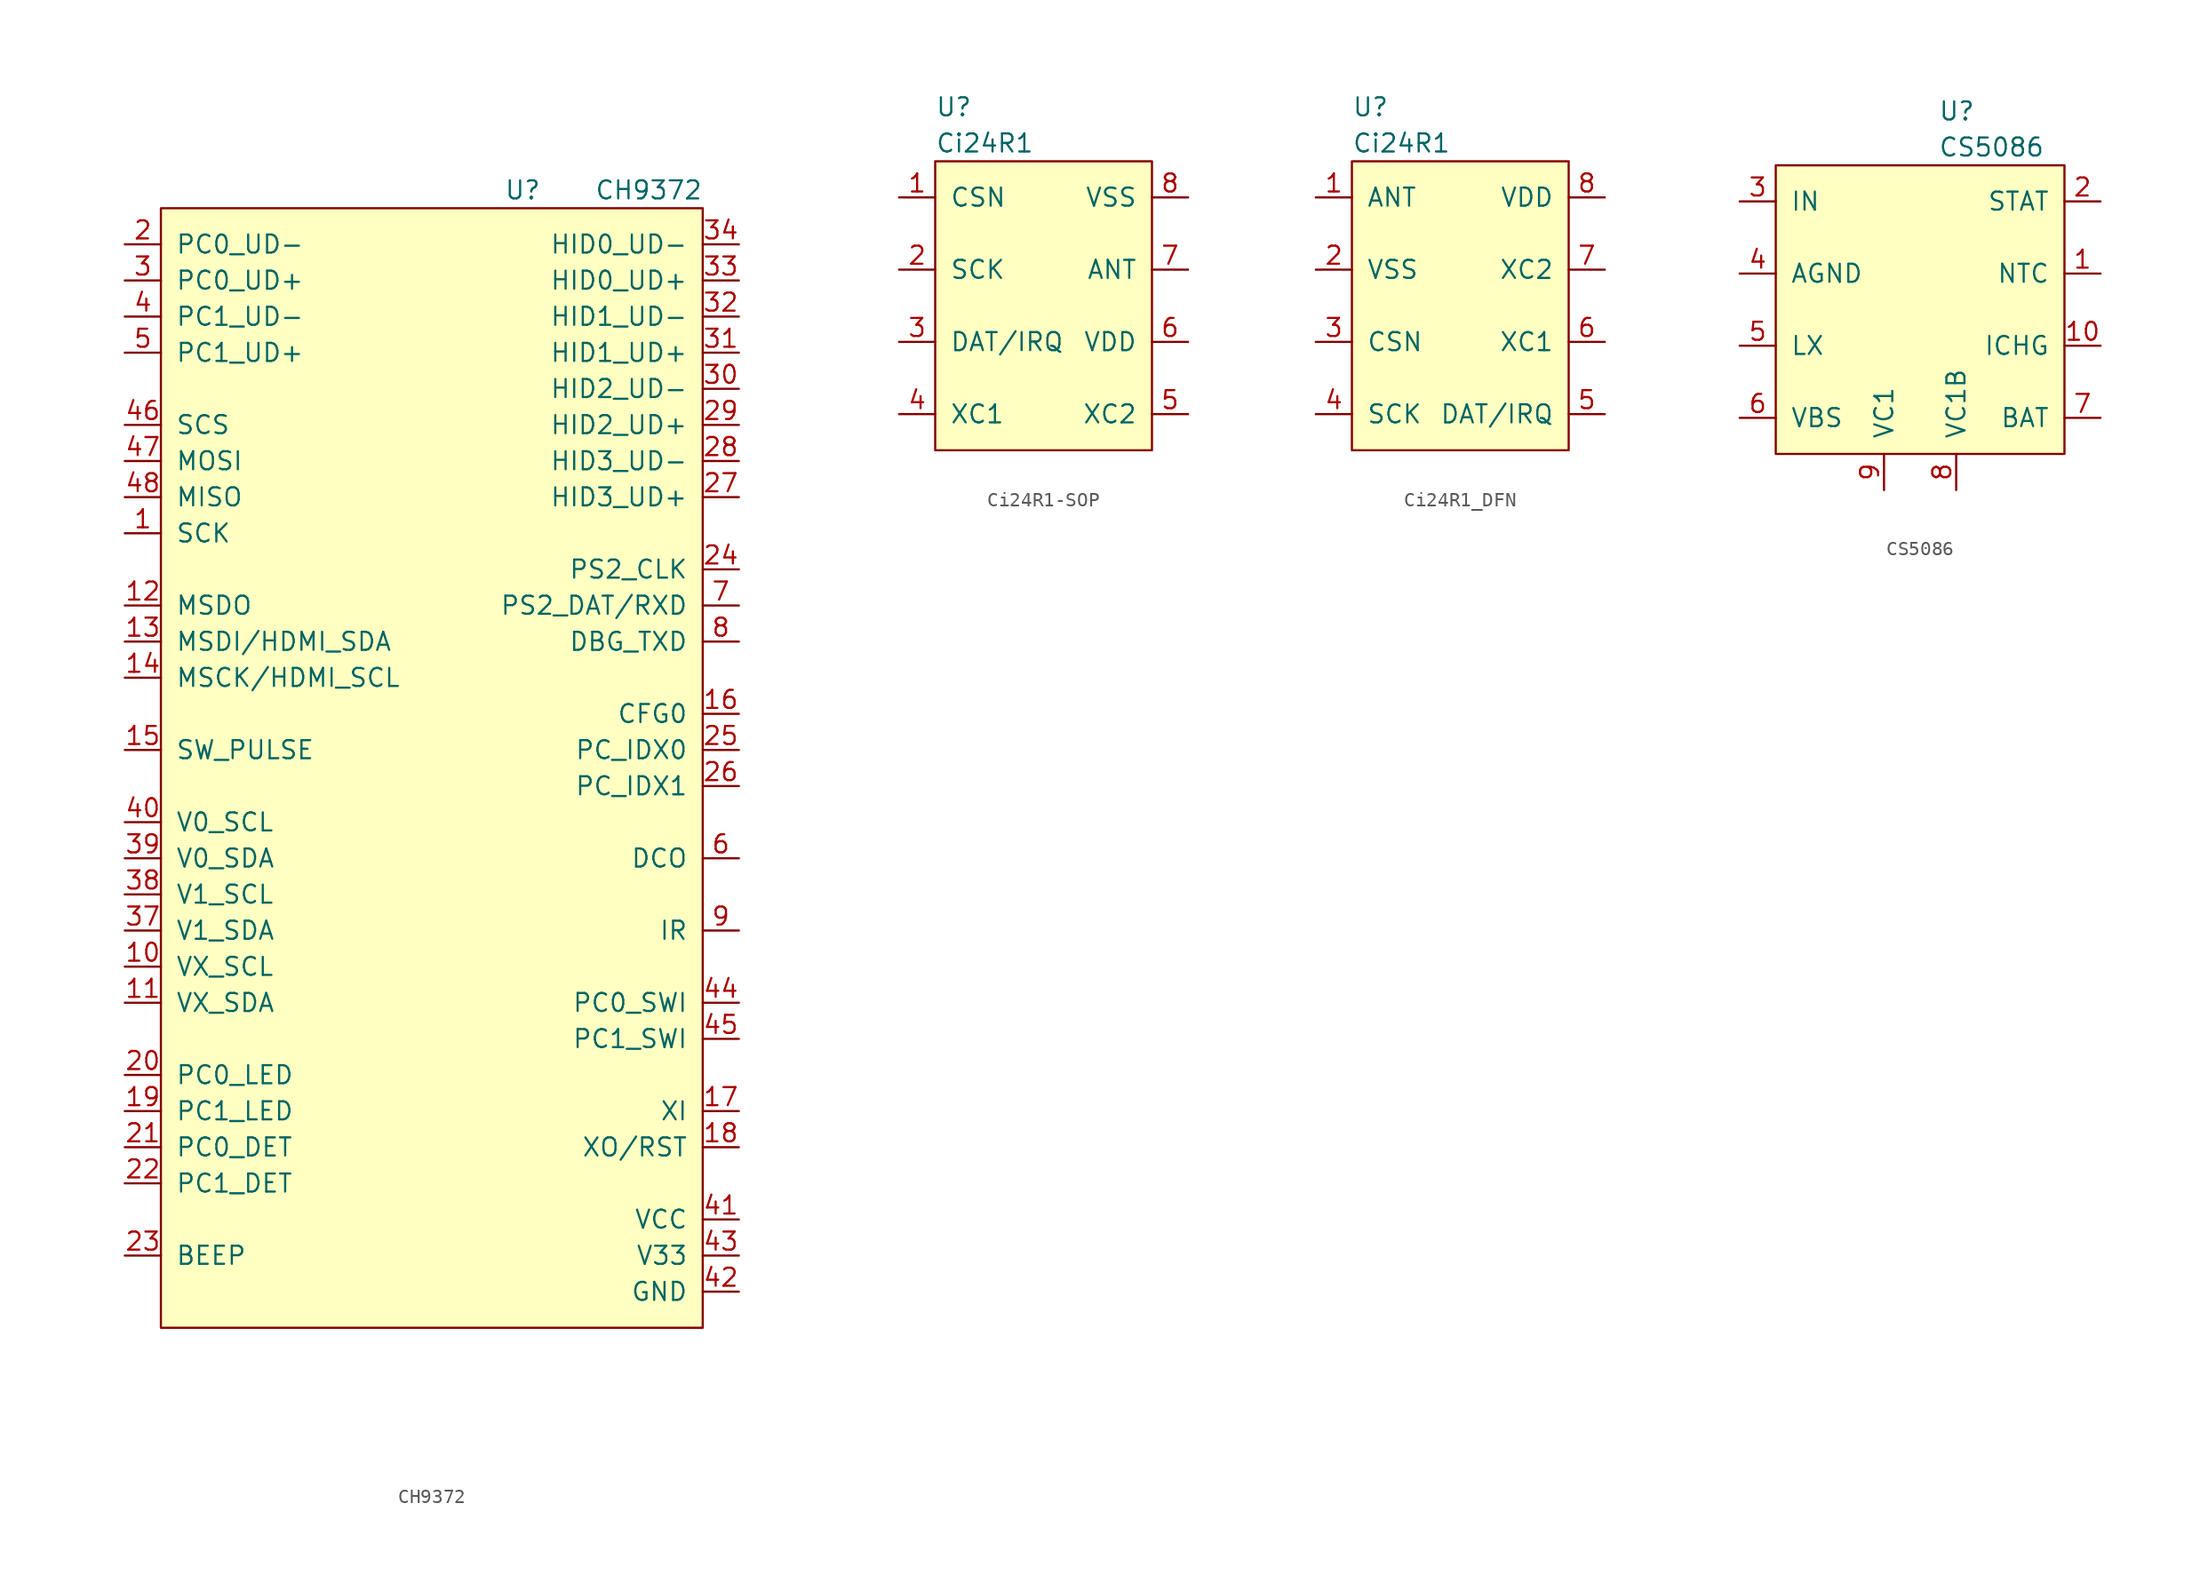
<source format=kicad_sym>
(kicad_symbol_lib
  (version 20231120)
  (generator "kicad_symbol_editor")
  (generator_version "8.0")
  (symbol "CH9372"
    (pin_names
      (offset 1.016))
    (property "Reference" "U"
      (at 5.08 39.37 0)
      (effects (font (size 1.27 1.27)) (justify left)))
    (property "Value" "CH9372"
      (at 11.43 39.37 0)
      (effects (font (size 1.27 1.27)) (justify left)))
    (symbol "CH9372_0_1"
      (rectangle (start -19.05 38.1) (end 19.05 -40.64) (stroke (width 0) (type default)) (fill (type background))))
    (symbol "CH9372_1_1"
      (pin output line (at -21.59 15.24 0) (length 2.54) (name "SCK" (effects (font (size 1.27 1.27)))) (number "1" (effects (font (size 1.27 1.27)))))
      (pin output line (at -21.59 -15.24 0) (length 2.54) (name "VX_SCL" (effects (font (size 1.27 1.27)))) (number "10" (effects (font (size 1.27 1.27)))))
      (pin bidirectional line (at -21.59 -17.78 0) (length 2.54) (name "VX_SDA" (effects (font (size 1.27 1.27)))) (number "11" (effects (font (size 1.27 1.27)))))
      (pin output line (at -21.59 10.16 0) (length 2.54) (name "MSDO" (effects (font (size 1.27 1.27)))) (number "12" (effects (font (size 1.27 1.27)))))
      (pin bidirectional line (at -21.59 7.62 0) (length 2.54) (name "MSDI/HDMI_SDA" (effects (font (size 1.27 1.27)))) (number "13" (effects (font (size 1.27 1.27)))))
      (pin output line (at -21.59 5.08 0) (length 2.54) (name "MSCK/HDMI_SCL" (effects (font (size 1.27 1.27)))) (number "14" (effects (font (size 1.27 1.27)))))
      (pin output line (at -21.59 0 0) (length 2.54) (name "SW_PULSE" (effects (font (size 1.27 1.27)))) (number "15" (effects (font (size 1.27 1.27)))))
      (pin input line (at 21.59 2.54 180) (length 2.54) (name "CFG0" (effects (font (size 1.27 1.27)))) (number "16" (effects (font (size 1.27 1.27)))))
      (pin input line (at 21.59 -25.4 180) (length 2.54) (name "XI" (effects (font (size 1.27 1.27)))) (number "17" (effects (font (size 1.27 1.27)))))
      (pin bidirectional line (at 21.59 -27.94 180) (length 2.54) (name "XO/RST" (effects (font (size 1.27 1.27)))) (number "18" (effects (font (size 1.27 1.27)))))
      (pin output line (at -21.59 -25.4 0) (length 2.54) (name "PC1_LED" (effects (font (size 1.27 1.27)))) (number "19" (effects (font (size 1.27 1.27)))))
      (pin bidirectional line (at -21.59 35.56 0) (length 2.54) (name "PC0_UD-" (effects (font (size 1.27 1.27)))) (number "2" (effects (font (size 1.27 1.27)))))
      (pin output line (at -21.59 -22.86 0) (length 2.54) (name "PC0_LED" (effects (font (size 1.27 1.27)))) (number "20" (effects (font (size 1.27 1.27)))))
      (pin output line (at -21.59 -27.94 0) (length 2.54) (name "PC0_DET" (effects (font (size 1.27 1.27)))) (number "21" (effects (font (size 1.27 1.27)))))
      (pin output line (at -21.59 -30.48 0) (length 2.54) (name "PC1_DET" (effects (font (size 1.27 1.27)))) (number "22" (effects (font (size 1.27 1.27)))))
      (pin output line (at -21.59 -35.56 0) (length 2.54) (name "BEEP" (effects (font (size 1.27 1.27)))) (number "23" (effects (font (size 1.27 1.27)))))
      (pin bidirectional line (at 21.59 12.7 180) (length 2.54) (name "PS2_CLK" (effects (font (size 1.27 1.27)))) (number "24" (effects (font (size 1.27 1.27)))))
      (pin input line (at 21.59 0 180) (length 2.54) (name "PC_IDX0" (effects (font (size 1.27 1.27)))) (number "25" (effects (font (size 1.27 1.27)))))
      (pin input line (at 21.59 -2.54 180) (length 2.54) (name "PC_IDX1" (effects (font (size 1.27 1.27)))) (number "26" (effects (font (size 1.27 1.27)))))
      (pin bidirectional line (at 21.59 17.78 180) (length 2.54) (name "HID3_UD+" (effects (font (size 1.27 1.27)))) (number "27" (effects (font (size 1.27 1.27)))))
      (pin bidirectional line (at 21.59 20.32 180) (length 2.54) (name "HID3_UD-" (effects (font (size 1.27 1.27)))) (number "28" (effects (font (size 1.27 1.27)))))
      (pin bidirectional line (at 21.59 22.86 180) (length 2.54) (name "HID2_UD+" (effects (font (size 1.27 1.27)))) (number "29" (effects (font (size 1.27 1.27)))))
      (pin bidirectional line (at -21.59 33.02 0) (length 2.54) (name "PC0_UD+" (effects (font (size 1.27 1.27)))) (number "3" (effects (font (size 1.27 1.27)))))
      (pin bidirectional line (at 21.59 25.4 180) (length 2.54) (name "HID2_UD-" (effects (font (size 1.27 1.27)))) (number "30" (effects (font (size 1.27 1.27)))))
      (pin bidirectional line (at 21.59 27.94 180) (length 2.54) (name "HID1_UD+" (effects (font (size 1.27 1.27)))) (number "31" (effects (font (size 1.27 1.27)))))
      (pin bidirectional line (at 21.59 30.48 180) (length 2.54) (name "HID1_UD-" (effects (font (size 1.27 1.27)))) (number "32" (effects (font (size 1.27 1.27)))))
      (pin bidirectional line (at 21.59 33.02 180) (length 2.54) (name "HID0_UD+" (effects (font (size 1.27 1.27)))) (number "33" (effects (font (size 1.27 1.27)))))
      (pin bidirectional line (at 21.59 35.56 180) (length 2.54) (name "HID0_UD-" (effects (font (size 1.27 1.27)))) (number "34" (effects (font (size 1.27 1.27)))))
      (pin no_connect line (at 1.27 -43.18 90) (length 2.54) hide (name "NC" (effects (font (size 1.27 1.27)))) (number "35" (effects (font (size 1.27 1.27)))))
      (pin no_connect line (at 3.81 -43.18 90) (length 2.54) hide (name "NC" (effects (font (size 1.27 1.27)))) (number "36" (effects (font (size 1.27 1.27)))))
      (pin bidirectional line (at -21.59 -12.7 0) (length 2.54) (name "V1_SDA" (effects (font (size 1.27 1.27)))) (number "37" (effects (font (size 1.27 1.27)))))
      (pin output line (at -21.59 -10.16 0) (length 2.54) (name "V1_SCL" (effects (font (size 1.27 1.27)))) (number "38" (effects (font (size 1.27 1.27)))))
      (pin bidirectional line (at -21.59 -7.62 0) (length 2.54) (name "V0_SDA" (effects (font (size 1.27 1.27)))) (number "39" (effects (font (size 1.27 1.27)))))
      (pin bidirectional line (at -21.59 30.48 0) (length 2.54) (name "PC1_UD-" (effects (font (size 1.27 1.27)))) (number "4" (effects (font (size 1.27 1.27)))))
      (pin output line (at -21.59 -5.08 0) (length 2.54) (name "V0_SCL" (effects (font (size 1.27 1.27)))) (number "40" (effects (font (size 1.27 1.27)))))
      (pin power_in line (at 21.59 -33.02 180) (length 2.54) (name "VCC" (effects (font (size 1.27 1.27)))) (number "41" (effects (font (size 1.27 1.27)))))
      (pin power_in line (at 21.59 -38.1 180) (length 2.54) (name "GND" (effects (font (size 1.27 1.27)))) (number "42" (effects (font (size 1.27 1.27)))))
      (pin power_in line (at 21.59 -35.56 180) (length 2.54) (name "V33" (effects (font (size 1.27 1.27)))) (number "43" (effects (font (size 1.27 1.27)))))
      (pin input line (at 21.59 -17.78 180) (length 2.54) (name "PC0_SWI" (effects (font (size 1.27 1.27)))) (number "44" (effects (font (size 1.27 1.27)))))
      (pin input line (at 21.59 -20.32 180) (length 2.54) (name "PC1_SWI" (effects (font (size 1.27 1.27)))) (number "45" (effects (font (size 1.27 1.27)))))
      (pin output line (at -21.59 22.86 0) (length 2.54) (name "SCS" (effects (font (size 1.27 1.27)))) (number "46" (effects (font (size 1.27 1.27)))))
      (pin output line (at -21.59 20.32 0) (length 2.54) (name "MOSI" (effects (font (size 1.27 1.27)))) (number "47" (effects (font (size 1.27 1.27)))))
      (pin output line (at -21.59 17.78 0) (length 2.54) (name "MISO" (effects (font (size 1.27 1.27)))) (number "48" (effects (font (size 1.27 1.27)))))
      (pin bidirectional line (at -21.59 27.94 0) (length 2.54) (name "PC1_UD+" (effects (font (size 1.27 1.27)))) (number "5" (effects (font (size 1.27 1.27)))))
      (pin output line (at 21.59 -7.62 180) (length 2.54) (name "DCO" (effects (font (size 1.27 1.27)))) (number "6" (effects (font (size 1.27 1.27)))))
      (pin bidirectional line (at 21.59 10.16 180) (length 2.54) (name "PS2_DAT/RXD" (effects (font (size 1.27 1.27)))) (number "7" (effects (font (size 1.27 1.27)))))
      (pin output line (at 21.59 7.62 180) (length 2.54) (name "DBG_TXD" (effects (font (size 1.27 1.27)))) (number "8" (effects (font (size 1.27 1.27)))))
      (pin input line (at 21.59 -12.7 180) (length 2.54) (name "IR" (effects (font (size 1.27 1.27)))) (number "9" (effects (font (size 1.27 1.27)))))))
  (symbol "Ci24R1-SOP"
    (pin_names
      (offset 1.016))
    (property "Reference" "U"
      (at -7.62 13.97 0)
      (effects (font (size 1.27 1.27)) (justify left)))
    (property "Value" "Ci24R1"
      (at -7.62 11.43 0)
      (effects (font (size 1.27 1.27)) (justify left)))
    (symbol "Ci24R1-SOP_0_1"
      (rectangle (start -7.62 10.16) (end 7.62 -10.16) (stroke (width 0) (type default)) (fill (type background))))
    (symbol "Ci24R1-SOP_1_1"
      (pin input line (at -10.16 7.62 0) (length 2.54) (name "CSN" (effects (font (size 1.27 1.27)))) (number "1" (effects (font (size 1.27 1.27)))))
      (pin input line (at -10.16 2.54 0) (length 2.54) (name "SCK" (effects (font (size 1.27 1.27)))) (number "2" (effects (font (size 1.27 1.27)))))
      (pin bidirectional line (at -10.16 -2.54 0) (length 2.54) (name "DAT/IRQ" (effects (font (size 1.27 1.27)))) (number "3" (effects (font (size 1.27 1.27)))))
      (pin input line (at -10.16 -7.62 0) (length 2.54) (name "XC1" (effects (font (size 1.27 1.27)))) (number "4" (effects (font (size 1.27 1.27)))))
      (pin input line (at 10.16 -7.62 180) (length 2.54) (name "XC2" (effects (font (size 1.27 1.27)))) (number "5" (effects (font (size 1.27 1.27)))))
      (pin power_in line (at 10.16 -2.54 180) (length 2.54) (name "VDD" (effects (font (size 1.27 1.27)))) (number "6" (effects (font (size 1.27 1.27)))))
      (pin bidirectional line (at 10.16 2.54 180) (length 2.54) (name "ANT" (effects (font (size 1.27 1.27)))) (number "7" (effects (font (size 1.27 1.27)))))
      (pin power_in line (at 10.16 7.62 180) (length 2.54) (name "VSS" (effects (font (size 1.27 1.27)))) (number "8" (effects (font (size 1.27 1.27)))))))
  (symbol "Ci24R1_DFN"
    (pin_names
      (offset 1.016))
    (property "Reference" "U"
      (at -7.62 13.97 0)
      (effects (font (size 1.27 1.27)) (justify left)))
    (property "Value" "Ci24R1"
      (at -7.62 11.43 0)
      (effects (font (size 1.27 1.27)) (justify left)))
    (symbol "Ci24R1_DFN_0_1"
      (rectangle (start -7.62 10.16) (end 7.62 -10.16) (stroke (width 0) (type default)) (fill (type background))))
    (symbol "Ci24R1_DFN_1_1"
      (pin bidirectional line (at -10.16 7.62 0) (length 2.54) (name "ANT" (effects (font (size 1.27 1.27)))) (number "1" (effects (font (size 1.27 1.27)))))
      (pin power_in line (at -10.16 2.54 0) (length 2.54) (name "VSS" (effects (font (size 1.27 1.27)))) (number "2" (effects (font (size 1.27 1.27)))))
      (pin input line (at -10.16 -2.54 0) (length 2.54) (name "CSN" (effects (font (size 1.27 1.27)))) (number "3" (effects (font (size 1.27 1.27)))))
      (pin input line (at -10.16 -7.62 0) (length 2.54) (name "SCK" (effects (font (size 1.27 1.27)))) (number "4" (effects (font (size 1.27 1.27)))))
      (pin bidirectional line (at 10.16 -7.62 180) (length 2.54) (name "DAT/IRQ" (effects (font (size 1.27 1.27)))) (number "5" (effects (font (size 1.27 1.27)))))
      (pin input line (at 10.16 -2.54 180) (length 2.54) (name "XC1" (effects (font (size 1.27 1.27)))) (number "6" (effects (font (size 1.27 1.27)))))
      (pin output line (at 10.16 2.54 180) (length 2.54) (name "XC2" (effects (font (size 1.27 1.27)))) (number "7" (effects (font (size 1.27 1.27)))))
      (pin power_in line (at 10.16 7.62 180) (length 2.54) (name "VDD" (effects (font (size 1.27 1.27)))) (number "8" (effects (font (size 1.27 1.27)))))
      (pin power_in line (at -10.16 2.54 0) (length 2.54) hide (name "VSS" (effects (font (size 1.27 1.27)))) (number "9" (effects (font (size 1.27 1.27)))))))
  (symbol "CS5086"
    (pin_names
      (offset 1.016))
    (property "Reference" "U"
      (at 1.27 13.97 0)
      (effects (font (size 1.27 1.27)) (justify left)))
    (property "Value" "CS5086"
      (at 1.27 11.43 0)
      (effects (font (size 1.27 1.27)) (justify left)))
    (symbol "CS5086_0_1"
      (rectangle (start -10.16 10.16) (end 10.16 -10.16) (stroke (width 0) (type default)) (fill (type background))))
    (symbol "CS5086_1_1"
      (pin input line (at 12.7 2.54 180) (length 2.54) (name "NTC" (effects (font (size 1.27 1.27)))) (number "1" (effects (font (size 1.27 1.27)))))
      (pin input line (at 12.7 -2.54 180) (length 2.54) (name "ICHG" (effects (font (size 1.27 1.27)))) (number "10" (effects (font (size 1.27 1.27)))))
      (pin power_in line (at -12.7 2.54 0) (length 2.54) hide (name "PGND" (effects (font (size 1.27 1.27)))) (number "11" (effects (font (size 1.27 1.27)))))
      (pin output line (at 12.7 7.62 180) (length 2.54) (name "STAT" (effects (font (size 1.27 1.27)))) (number "2" (effects (font (size 1.27 1.27)))))
      (pin power_in line (at -12.7 7.62 0) (length 2.54) (name "IN" (effects (font (size 1.27 1.27)))) (number "3" (effects (font (size 1.27 1.27)))))
      (pin power_in line (at -12.7 2.54 0) (length 2.54) (name "AGND" (effects (font (size 1.27 1.27)))) (number "4" (effects (font (size 1.27 1.27)))))
      (pin power_out line (at -12.7 -2.54 0) (length 2.54) (name "LX" (effects (font (size 1.27 1.27)))) (number "5" (effects (font (size 1.27 1.27)))))
      (pin input line (at -12.7 -7.62 0) (length 2.54) (name "VBS" (effects (font (size 1.27 1.27)))) (number "6" (effects (font (size 1.27 1.27)))))
      (pin power_out line (at 12.7 -7.62 180) (length 2.54) (name "BAT" (effects (font (size 1.27 1.27)))) (number "7" (effects (font (size 1.27 1.27)))))
      (pin output line (at 2.54 -12.7 90) (length 2.54) (name "VC1B" (effects (font (size 1.27 1.27)))) (number "8" (effects (font (size 1.27 1.27)))))
      (pin input line (at -2.54 -12.7 90) (length 2.54) (name "VC1" (effects (font (size 1.27 1.27)))) (number "9" (effects (font (size 1.27 1.27))))))))
</source>
